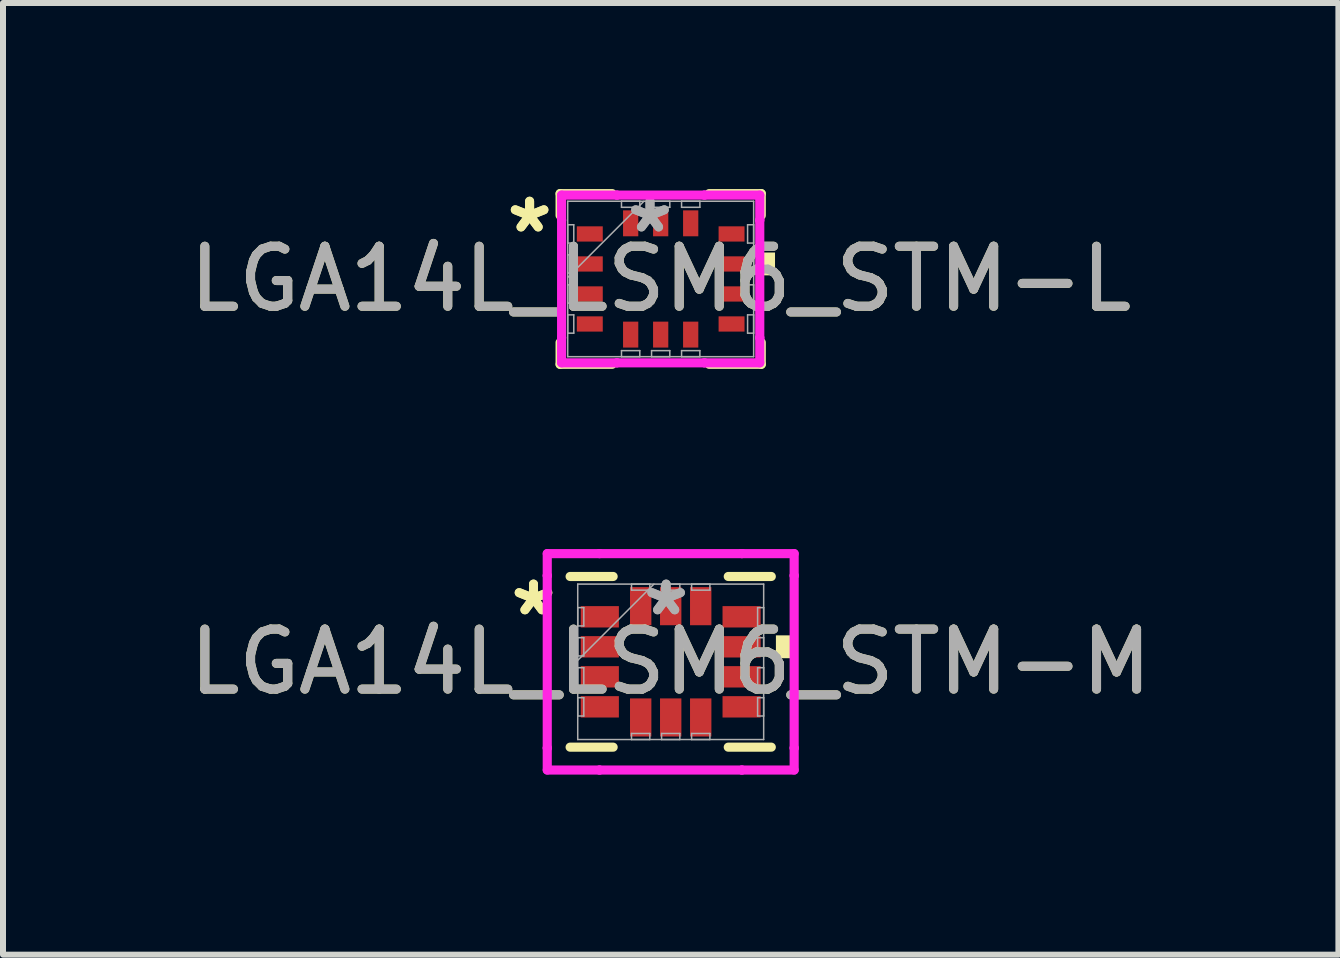
<source format=kicad_pcb>
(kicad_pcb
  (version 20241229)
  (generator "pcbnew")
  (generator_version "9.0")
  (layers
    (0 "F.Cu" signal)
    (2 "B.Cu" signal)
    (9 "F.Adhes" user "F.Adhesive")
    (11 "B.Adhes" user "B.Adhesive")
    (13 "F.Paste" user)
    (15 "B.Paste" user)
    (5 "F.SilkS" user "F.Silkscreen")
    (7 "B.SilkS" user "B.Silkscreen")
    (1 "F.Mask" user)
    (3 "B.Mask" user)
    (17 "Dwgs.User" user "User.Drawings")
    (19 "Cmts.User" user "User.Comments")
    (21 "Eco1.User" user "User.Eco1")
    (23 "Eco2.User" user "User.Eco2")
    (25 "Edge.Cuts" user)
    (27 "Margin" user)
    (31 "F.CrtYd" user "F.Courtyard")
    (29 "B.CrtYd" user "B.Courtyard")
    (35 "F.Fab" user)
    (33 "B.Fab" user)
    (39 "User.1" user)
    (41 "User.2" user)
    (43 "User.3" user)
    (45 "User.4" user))
  (footprint "LGA14L_LSM6_STM-M"
    (layer "F.Cu")
    (at 8.125 7.977)
    (property "Reference" "LGA14L_LSM6_STM-M" (at 0 0 0) (unlocked yes) (layer "F.SilkS") (effects (font (size 1 1) (thickness 0.15))))
    (attr smd)
    (fp_line (start -1.676 1.422) (end -0.959 1.422) (stroke (width 0.152) (type solid)) (layer "F.SilkS"))
    (fp_line (start -0.959 -1.422) (end -1.676 -1.422) (stroke (width 0.152) (type solid)) (layer "F.SilkS"))
    (fp_line (start 0.959 1.422) (end 1.676 1.422) (stroke (width 0.152) (type solid)) (layer "F.SilkS"))
    (fp_line (start 1.676 -1.422) (end 0.959 -1.422) (stroke (width 0.152) (type solid)) (layer "F.SilkS"))
    (fp_poly (pts (xy 2.007 -0.441) (xy 2.007 -0.06) (xy 1.753 -0.06) (xy 1.753 -0.441)) (stroke (width 0) (type solid)) (fill yes) (layer "F.SilkS"))
    (fp_line (start -2.057 -1.803) (end -1.186 -1.803) (stroke (width 0.152) (type solid)) (layer "F.CrtYd"))
    (fp_line (start -2.057 -1.436) (end -2.057 -1.803) (stroke (width 0.152) (type solid)) (layer "F.CrtYd"))
    (fp_line (start -2.057 -1.436) (end -2.057 -1.436) (stroke (width 0.152) (type solid)) (layer "F.CrtYd"))
    (fp_line (start -2.057 1.436) (end -2.057 -1.436) (stroke (width 0.152) (type solid)) (layer "F.CrtYd"))
    (fp_line (start -2.057 1.436) (end -2.057 1.436) (stroke (width 0.152) (type solid)) (layer "F.CrtYd"))
    (fp_line (start -2.057 1.803) (end -2.057 1.436) (stroke (width 0.152) (type solid)) (layer "F.CrtYd"))
    (fp_line (start -1.186 -1.803) (end -1.186 -1.803) (stroke (width 0.152) (type solid)) (layer "F.CrtYd"))
    (fp_line (start -1.186 -1.803) (end 1.186 -1.803) (stroke (width 0.152) (type solid)) (layer "F.CrtYd"))
    (fp_line (start -1.186 1.803) (end -2.057 1.803) (stroke (width 0.152) (type solid)) (layer "F.CrtYd"))
    (fp_line (start -1.186 1.803) (end -1.186 1.803) (stroke (width 0.152) (type solid)) (layer "F.CrtYd"))
    (fp_line (start 1.186 -1.803) (end 1.186 -1.803) (stroke (width 0.152) (type solid)) (layer "F.CrtYd"))
    (fp_line (start 1.186 -1.803) (end 2.057 -1.803) (stroke (width 0.152) (type solid)) (layer "F.CrtYd"))
    (fp_line (start 1.186 1.803) (end -1.186 1.803) (stroke (width 0.152) (type solid)) (layer "F.CrtYd"))
    (fp_line (start 1.186 1.803) (end 1.186 1.803) (stroke (width 0.152) (type solid)) (layer "F.CrtYd"))
    (fp_line (start 2.057 -1.803) (end 2.057 -1.436) (stroke (width 0.152) (type solid)) (layer "F.CrtYd"))
    (fp_line (start 2.057 -1.436) (end 2.057 -1.436) (stroke (width 0.152) (type solid)) (layer "F.CrtYd"))
    (fp_line (start 2.057 -1.436) (end 2.057 1.436) (stroke (width 0.152) (type solid)) (layer "F.CrtYd"))
    (fp_line (start 2.057 1.436) (end 2.057 1.436) (stroke (width 0.152) (type solid)) (layer "F.CrtYd"))
    (fp_line (start 2.057 1.436) (end 2.057 1.803) (stroke (width 0.152) (type solid)) (layer "F.CrtYd"))
    (fp_line (start 2.057 1.803) (end 1.186 1.803) (stroke (width 0.152) (type solid)) (layer "F.CrtYd"))
    (fp_line (start -1.549 -1.295) (end -1.549 1.295) (stroke (width 0.025) (type solid)) (layer "F.Fab"))
    (fp_line (start -1.549 -0.903) (end -1.448 -0.903) (stroke (width 0.025) (type solid)) (layer "F.Fab"))
    (fp_line (start -1.549 -0.598) (end -1.549 -0.903) (stroke (width 0.025) (type solid)) (layer "F.Fab"))
    (fp_line (start -1.549 -0.402) (end -1.448 -0.402) (stroke (width 0.025) (type solid)) (layer "F.Fab"))
    (fp_line (start -1.549 -0.098) (end -1.549 -0.402) (stroke (width 0.025) (type solid)) (layer "F.Fab"))
    (fp_line (start -1.549 -0.025) (end -0.279 -1.295) (stroke (width 0.025) (type solid)) (layer "F.Fab"))
    (fp_line (start -1.549 0.098) (end -1.448 0.098) (stroke (width 0.025) (type solid)) (layer "F.Fab"))
    (fp_line (start -1.549 0.402) (end -1.549 0.098) (stroke (width 0.025) (type solid)) (layer "F.Fab"))
    (fp_line (start -1.549 0.598) (end -1.448 0.598) (stroke (width 0.025) (type solid)) (layer "F.Fab"))
    (fp_line (start -1.549 0.903) (end -1.549 0.598) (stroke (width 0.025) (type solid)) (layer "F.Fab"))
    (fp_line (start -1.549 1.295) (end 1.549 1.295) (stroke (width 0.025) (type solid)) (layer "F.Fab"))
    (fp_line (start -1.448 -0.903) (end -1.448 -0.598) (stroke (width 0.025) (type solid)) (layer "F.Fab"))
    (fp_line (start -1.448 -0.598) (end -1.549 -0.598) (stroke (width 0.025) (type solid)) (layer "F.Fab"))
    (fp_line (start -1.448 -0.402) (end -1.448 -0.098) (stroke (width 0.025) (type solid)) (layer "F.Fab"))
    (fp_line (start -1.448 -0.098) (end -1.549 -0.098) (stroke (width 0.025) (type solid)) (layer "F.Fab"))
    (fp_line (start -1.448 0.098) (end -1.448 0.402) (stroke (width 0.025) (type solid)) (layer "F.Fab"))
    (fp_line (start -1.448 0.402) (end -1.549 0.402) (stroke (width 0.025) (type solid)) (layer "F.Fab"))
    (fp_line (start -1.448 0.598) (end -1.448 0.903) (stroke (width 0.025) (type solid)) (layer "F.Fab"))
    (fp_line (start -1.448 0.903) (end -1.549 0.903) (stroke (width 0.025) (type solid)) (layer "F.Fab"))
    (fp_line (start -0.653 -1.295) (end -0.348 -1.295) (stroke (width 0.025) (type solid)) (layer "F.Fab"))
    (fp_line (start -0.653 -1.194) (end -0.653 -1.295) (stroke (width 0.025) (type solid)) (layer "F.Fab"))
    (fp_line (start -0.653 1.194) (end -0.348 1.194) (stroke (width 0.025) (type solid)) (layer "F.Fab"))
    (fp_line (start -0.653 1.295) (end -0.653 1.194) (stroke (width 0.025) (type solid)) (layer "F.Fab"))
    (fp_line (start -0.348 -1.295) (end -0.348 -1.194) (stroke (width 0.025) (type solid)) (layer "F.Fab"))
    (fp_line (start -0.348 -1.194) (end -0.653 -1.194) (stroke (width 0.025) (type solid)) (layer "F.Fab"))
    (fp_line (start -0.348 1.194) (end -0.348 1.295) (stroke (width 0.025) (type solid)) (layer "F.Fab"))
    (fp_line (start -0.348 1.295) (end -0.653 1.295) (stroke (width 0.025) (type solid)) (layer "F.Fab"))
    (fp_line (start -0.152 -1.295) (end 0.152 -1.295) (stroke (width 0.025) (type solid)) (layer "F.Fab"))
    (fp_line (start -0.152 -1.194) (end -0.152 -1.295) (stroke (width 0.025) (type solid)) (layer "F.Fab"))
    (fp_line (start -0.152 1.194) (end 0.152 1.194) (stroke (width 0.025) (type solid)) (layer "F.Fab"))
    (fp_line (start -0.152 1.295) (end -0.152 1.194) (stroke (width 0.025) (type solid)) (layer "F.Fab"))
    (fp_line (start 0.152 -1.295) (end 0.152 -1.194) (stroke (width 0.025) (type solid)) (layer "F.Fab"))
    (fp_line (start 0.152 -1.194) (end -0.152 -1.194) (stroke (width 0.025) (type solid)) (layer "F.Fab"))
    (fp_line (start 0.152 1.194) (end 0.152 1.295) (stroke (width 0.025) (type solid)) (layer "F.Fab"))
    (fp_line (start 0.152 1.295) (end -0.152 1.295) (stroke (width 0.025) (type solid)) (layer "F.Fab"))
    (fp_line (start 0.348 -1.295) (end 0.653 -1.295) (stroke (width 0.025) (type solid)) (layer "F.Fab"))
    (fp_line (start 0.348 -1.194) (end 0.348 -1.295) (stroke (width 0.025) (type solid)) (layer "F.Fab"))
    (fp_line (start 0.348 1.194) (end 0.653 1.194) (stroke (width 0.025) (type solid)) (layer "F.Fab"))
    (fp_line (start 0.348 1.295) (end 0.348 1.194) (stroke (width 0.025) (type solid)) (layer "F.Fab"))
    (fp_line (start 0.653 -1.295) (end 0.653 -1.194) (stroke (width 0.025) (type solid)) (layer "F.Fab"))
    (fp_line (start 0.653 -1.194) (end 0.348 -1.194) (stroke (width 0.025) (type solid)) (layer "F.Fab"))
    (fp_line (start 0.653 1.194) (end 0.653 1.295) (stroke (width 0.025) (type solid)) (layer "F.Fab"))
    (fp_line (start 0.653 1.295) (end 0.348 1.295) (stroke (width 0.025) (type solid)) (layer "F.Fab"))
    (fp_line (start 1.448 -0.903) (end 1.549 -0.903) (stroke (width 0.025) (type solid)) (layer "F.Fab"))
    (fp_line (start 1.448 -0.598) (end 1.448 -0.903) (stroke (width 0.025) (type solid)) (layer "F.Fab"))
    (fp_line (start 1.448 -0.402) (end 1.549 -0.402) (stroke (width 0.025) (type solid)) (layer "F.Fab"))
    (fp_line (start 1.448 -0.098) (end 1.448 -0.402) (stroke (width 0.025) (type solid)) (layer "F.Fab"))
    (fp_line (start 1.448 0.098) (end 1.549 0.098) (stroke (width 0.025) (type solid)) (layer "F.Fab"))
    (fp_line (start 1.448 0.402) (end 1.448 0.098) (stroke (width 0.025) (type solid)) (layer "F.Fab"))
    (fp_line (start 1.448 0.598) (end 1.549 0.598) (stroke (width 0.025) (type solid)) (layer "F.Fab"))
    (fp_line (start 1.448 0.903) (end 1.448 0.598) (stroke (width 0.025) (type solid)) (layer "F.Fab"))
    (fp_line (start 1.549 -1.295) (end -1.549 -1.295) (stroke (width 0.025) (type solid)) (layer "F.Fab"))
    (fp_line (start 1.549 -0.903) (end 1.549 -0.598) (stroke (width 0.025) (type solid)) (layer "F.Fab"))
    (fp_line (start 1.549 -0.598) (end 1.448 -0.598) (stroke (width 0.025) (type solid)) (layer "F.Fab"))
    (fp_line (start 1.549 -0.402) (end 1.549 -0.098) (stroke (width 0.025) (type solid)) (layer "F.Fab"))
    (fp_line (start 1.549 -0.098) (end 1.448 -0.098) (stroke (width 0.025) (type solid)) (layer "F.Fab"))
    (fp_line (start 1.549 0.098) (end 1.549 0.402) (stroke (width 0.025) (type solid)) (layer "F.Fab"))
    (fp_line (start 1.549 0.402) (end 1.448 0.402) (stroke (width 0.025) (type solid)) (layer "F.Fab"))
    (fp_line (start 1.549 0.598) (end 1.549 0.903) (stroke (width 0.025) (type solid)) (layer "F.Fab"))
    (fp_line (start 1.549 0.903) (end 1.448 0.903) (stroke (width 0.025) (type solid)) (layer "F.Fab"))
    (fp_line (start 1.549 1.295) (end 1.549 -1.295) (stroke (width 0.025) (type solid)) (layer "F.Fab"))
    (fp_text user "*" (at -2.286 -0.75 0) (layer "F.SilkS") (effects (font (size 1 1) (thickness 0.15))))
    (fp_text user "*" (at -2.286 -0.75 0) (unlocked yes) (layer "F.SilkS") (effects (font (size 1 1) (thickness 0.15))))
    (fp_text user "${REFERENCE}" (at 0 0 0) (unlocked yes) (layer "F.Fab") (effects (font (size 1 1) (thickness 0.15))))
    (fp_text user "*" (at -0.076 -0.75 0) (layer "F.Fab") (effects (font (size 1 1) (thickness 0.15))))
    (fp_text user "*" (at -0.076 -0.75 0) (unlocked yes) (layer "F.Fab") (effects (font (size 1 1) (thickness 0.15))))
    (pad "1" smd rect (at -1.181 -0.75 90) (size 0.356 0.635) (layers "F.Cu" "F.Mask" "F.Paste"))
    (pad "2" smd rect (at -1.181 -0.25 90) (size 0.356 0.635) (layers "F.Cu" "F.Mask" "F.Paste"))
    (pad "3" smd rect (at -1.181 0.25 90) (size 0.356 0.635) (layers "F.Cu" "F.Mask" "F.Paste"))
    (pad "4" smd rect (at -1.181 0.75 90) (size 0.356 0.635) (layers "F.Cu" "F.Mask" "F.Paste"))
    (pad "5" smd rect (at -0.5 0.927) (size 0.356 0.635) (layers "F.Cu" "F.Mask" "F.Paste"))
    (pad "6" smd rect (at 0 0.927) (size 0.356 0.635) (layers "F.Cu" "F.Mask" "F.Paste"))
    (pad "7" smd rect (at 0.5 0.927) (size 0.356 0.635) (layers "F.Cu" "F.Mask" "F.Paste"))
    (pad "8" smd rect (at 1.181 0.75 90) (size 0.356 0.635) (layers "F.Cu" "F.Mask" "F.Paste"))
    (pad "9" smd rect (at 1.181 0.25 90) (size 0.356 0.635) (layers "F.Cu" "F.Mask" "F.Paste"))
    (pad "10" smd rect (at 1.181 -0.25 90) (size 0.356 0.635) (layers "F.Cu" "F.Mask" "F.Paste"))
    (pad "11" smd rect (at 1.181 -0.75 90) (size 0.356 0.635) (layers "F.Cu" "F.Mask" "F.Paste"))
    (pad "12" smd rect (at 0.5 -0.927) (size 0.356 0.635) (layers "F.Cu" "F.Mask" "F.Paste"))
    (pad "13" smd rect (at 0 -0.927) (size 0.356 0.635) (layers "F.Cu" "F.Mask" "F.Paste"))
    (pad "14" smd rect (at -0.5 -0.927) (size 0.356 0.635) (layers "F.Cu" "F.Mask" "F.Paste")))
  (footprint "LGA14L_LSM6_STM-L"
    (layer "F.Cu")
    (at 7.958 1.598)
    (property "Reference" "LGA14L_LSM6_STM-L" (at 0 0 0) (unlocked yes) (layer "F.SilkS") (effects (font (size 1 1) (thickness 0.15))))
    (attr smd)
    (fp_line (start -1.676 -1.422) (end -1.676 -1.058) (stroke (width 0.152) (type solid)) (layer "F.SilkS"))
    (fp_line (start -1.676 1.058) (end -1.676 1.422) (stroke (width 0.152) (type solid)) (layer "F.SilkS"))
    (fp_line (start -1.676 1.422) (end -0.808 1.422) (stroke (width 0.152) (type solid)) (layer "F.SilkS"))
    (fp_line (start -0.808 -1.422) (end -1.676 -1.422) (stroke (width 0.152) (type solid)) (layer "F.SilkS"))
    (fp_line (start 0.808 1.422) (end 1.676 1.422) (stroke (width 0.152) (type solid)) (layer "F.SilkS"))
    (fp_line (start 1.676 -1.422) (end 0.808 -1.422) (stroke (width 0.152) (type solid)) (layer "F.SilkS"))
    (fp_line (start 1.676 -1.058) (end 1.676 -1.422) (stroke (width 0.152) (type solid)) (layer "F.SilkS"))
    (fp_line (start 1.676 1.422) (end 1.676 1.058) (stroke (width 0.152) (type solid)) (layer "F.SilkS"))
    (fp_poly (pts (xy 1.905 -0.441) (xy 1.905 -0.06) (xy 1.651 -0.06) (xy 1.651 -0.441)) (stroke (width 0) (type solid)) (fill yes) (layer "F.SilkS"))
    (fp_line (start -1.651 -1.397) (end -0.729 -1.397) (stroke (width 0.152) (type solid)) (layer "F.CrtYd"))
    (fp_line (start -1.651 -0.979) (end -1.651 -1.397) (stroke (width 0.152) (type solid)) (layer "F.CrtYd"))
    (fp_line (start -1.651 -0.979) (end -1.651 -0.979) (stroke (width 0.152) (type solid)) (layer "F.CrtYd"))
    (fp_line (start -1.651 0.979) (end -1.651 -0.979) (stroke (width 0.152) (type solid)) (layer "F.CrtYd"))
    (fp_line (start -1.651 0.979) (end -1.651 0.979) (stroke (width 0.152) (type solid)) (layer "F.CrtYd"))
    (fp_line (start -1.651 1.397) (end -1.651 0.979) (stroke (width 0.152) (type solid)) (layer "F.CrtYd"))
    (fp_line (start -0.729 -1.397) (end -0.729 -1.397) (stroke (width 0.152) (type solid)) (layer "F.CrtYd"))
    (fp_line (start -0.729 -1.397) (end 0.729 -1.397) (stroke (width 0.152) (type solid)) (layer "F.CrtYd"))
    (fp_line (start -0.729 1.397) (end -1.651 1.397) (stroke (width 0.152) (type solid)) (layer "F.CrtYd"))
    (fp_line (start -0.729 1.397) (end -0.729 1.397) (stroke (width 0.152) (type solid)) (layer "F.CrtYd"))
    (fp_line (start 0.729 -1.397) (end 0.729 -1.397) (stroke (width 0.152) (type solid)) (layer "F.CrtYd"))
    (fp_line (start 0.729 -1.397) (end 1.651 -1.397) (stroke (width 0.152) (type solid)) (layer "F.CrtYd"))
    (fp_line (start 0.729 1.397) (end -0.729 1.397) (stroke (width 0.152) (type solid)) (layer "F.CrtYd"))
    (fp_line (start 0.729 1.397) (end 0.729 1.397) (stroke (width 0.152) (type solid)) (layer "F.CrtYd"))
    (fp_line (start 1.651 -1.397) (end 1.651 -0.979) (stroke (width 0.152) (type solid)) (layer "F.CrtYd"))
    (fp_line (start 1.651 -0.979) (end 1.651 -0.979) (stroke (width 0.152) (type solid)) (layer "F.CrtYd"))
    (fp_line (start 1.651 -0.979) (end 1.651 0.979) (stroke (width 0.152) (type solid)) (layer "F.CrtYd"))
    (fp_line (start 1.651 0.979) (end 1.651 0.979) (stroke (width 0.152) (type solid)) (layer "F.CrtYd"))
    (fp_line (start 1.651 0.979) (end 1.651 1.397) (stroke (width 0.152) (type solid)) (layer "F.CrtYd"))
    (fp_line (start 1.651 1.397) (end 0.729 1.397) (stroke (width 0.152) (type solid)) (layer "F.CrtYd"))
    (fp_line (start -1.549 -1.295) (end -1.549 1.295) (stroke (width 0.025) (type solid)) (layer "F.Fab"))
    (fp_line (start -1.549 -0.903) (end -1.448 -0.903) (stroke (width 0.025) (type solid)) (layer "F.Fab"))
    (fp_line (start -1.549 -0.598) (end -1.549 -0.903) (stroke (width 0.025) (type solid)) (layer "F.Fab"))
    (fp_line (start -1.549 -0.402) (end -1.448 -0.402) (stroke (width 0.025) (type solid)) (layer "F.Fab"))
    (fp_line (start -1.549 -0.098) (end -1.549 -0.402) (stroke (width 0.025) (type solid)) (layer "F.Fab"))
    (fp_line (start -1.549 -0.025) (end -0.279 -1.295) (stroke (width 0.025) (type solid)) (layer "F.Fab"))
    (fp_line (start -1.549 0.098) (end -1.448 0.098) (stroke (width 0.025) (type solid)) (layer "F.Fab"))
    (fp_line (start -1.549 0.402) (end -1.549 0.098) (stroke (width 0.025) (type solid)) (layer "F.Fab"))
    (fp_line (start -1.549 0.598) (end -1.448 0.598) (stroke (width 0.025) (type solid)) (layer "F.Fab"))
    (fp_line (start -1.549 0.903) (end -1.549 0.598) (stroke (width 0.025) (type solid)) (layer "F.Fab"))
    (fp_line (start -1.549 1.295) (end 1.549 1.295) (stroke (width 0.025) (type solid)) (layer "F.Fab"))
    (fp_line (start -1.448 -0.903) (end -1.448 -0.598) (stroke (width 0.025) (type solid)) (layer "F.Fab"))
    (fp_line (start -1.448 -0.598) (end -1.549 -0.598) (stroke (width 0.025) (type solid)) (layer "F.Fab"))
    (fp_line (start -1.448 -0.402) (end -1.448 -0.098) (stroke (width 0.025) (type solid)) (layer "F.Fab"))
    (fp_line (start -1.448 -0.098) (end -1.549 -0.098) (stroke (width 0.025) (type solid)) (layer "F.Fab"))
    (fp_line (start -1.448 0.098) (end -1.448 0.402) (stroke (width 0.025) (type solid)) (layer "F.Fab"))
    (fp_line (start -1.448 0.402) (end -1.549 0.402) (stroke (width 0.025) (type solid)) (layer "F.Fab"))
    (fp_line (start -1.448 0.598) (end -1.448 0.903) (stroke (width 0.025) (type solid)) (layer "F.Fab"))
    (fp_line (start -1.448 0.903) (end -1.549 0.903) (stroke (width 0.025) (type solid)) (layer "F.Fab"))
    (fp_line (start -0.653 -1.295) (end -0.348 -1.295) (stroke (width 0.025) (type solid)) (layer "F.Fab"))
    (fp_line (start -0.653 -1.194) (end -0.653 -1.295) (stroke (width 0.025) (type solid)) (layer "F.Fab"))
    (fp_line (start -0.653 1.194) (end -0.348 1.194) (stroke (width 0.025) (type solid)) (layer "F.Fab"))
    (fp_line (start -0.653 1.295) (end -0.653 1.194) (stroke (width 0.025) (type solid)) (layer "F.Fab"))
    (fp_line (start -0.348 -1.295) (end -0.348 -1.194) (stroke (width 0.025) (type solid)) (layer "F.Fab"))
    (fp_line (start -0.348 -1.194) (end -0.653 -1.194) (stroke (width 0.025) (type solid)) (layer "F.Fab"))
    (fp_line (start -0.348 1.194) (end -0.348 1.295) (stroke (width 0.025) (type solid)) (layer "F.Fab"))
    (fp_line (start -0.348 1.295) (end -0.653 1.295) (stroke (width 0.025) (type solid)) (layer "F.Fab"))
    (fp_line (start -0.152 -1.295) (end 0.152 -1.295) (stroke (width 0.025) (type solid)) (layer "F.Fab"))
    (fp_line (start -0.152 -1.194) (end -0.152 -1.295) (stroke (width 0.025) (type solid)) (layer "F.Fab"))
    (fp_line (start -0.152 1.194) (end 0.152 1.194) (stroke (width 0.025) (type solid)) (layer "F.Fab"))
    (fp_line (start -0.152 1.295) (end -0.152 1.194) (stroke (width 0.025) (type solid)) (layer "F.Fab"))
    (fp_line (start 0.152 -1.295) (end 0.152 -1.194) (stroke (width 0.025) (type solid)) (layer "F.Fab"))
    (fp_line (start 0.152 -1.194) (end -0.152 -1.194) (stroke (width 0.025) (type solid)) (layer "F.Fab"))
    (fp_line (start 0.152 1.194) (end 0.152 1.295) (stroke (width 0.025) (type solid)) (layer "F.Fab"))
    (fp_line (start 0.152 1.295) (end -0.152 1.295) (stroke (width 0.025) (type solid)) (layer "F.Fab"))
    (fp_line (start 0.348 -1.295) (end 0.653 -1.295) (stroke (width 0.025) (type solid)) (layer "F.Fab"))
    (fp_line (start 0.348 -1.194) (end 0.348 -1.295) (stroke (width 0.025) (type solid)) (layer "F.Fab"))
    (fp_line (start 0.348 1.194) (end 0.653 1.194) (stroke (width 0.025) (type solid)) (layer "F.Fab"))
    (fp_line (start 0.348 1.295) (end 0.348 1.194) (stroke (width 0.025) (type solid)) (layer "F.Fab"))
    (fp_line (start 0.653 -1.295) (end 0.653 -1.194) (stroke (width 0.025) (type solid)) (layer "F.Fab"))
    (fp_line (start 0.653 -1.194) (end 0.348 -1.194) (stroke (width 0.025) (type solid)) (layer "F.Fab"))
    (fp_line (start 0.653 1.194) (end 0.653 1.295) (stroke (width 0.025) (type solid)) (layer "F.Fab"))
    (fp_line (start 0.653 1.295) (end 0.348 1.295) (stroke (width 0.025) (type solid)) (layer "F.Fab"))
    (fp_line (start 1.448 -0.903) (end 1.549 -0.903) (stroke (width 0.025) (type solid)) (layer "F.Fab"))
    (fp_line (start 1.448 -0.598) (end 1.448 -0.903) (stroke (width 0.025) (type solid)) (layer "F.Fab"))
    (fp_line (start 1.448 -0.402) (end 1.549 -0.402) (stroke (width 0.025) (type solid)) (layer "F.Fab"))
    (fp_line (start 1.448 -0.098) (end 1.448 -0.402) (stroke (width 0.025) (type solid)) (layer "F.Fab"))
    (fp_line (start 1.448 0.098) (end 1.549 0.098) (stroke (width 0.025) (type solid)) (layer "F.Fab"))
    (fp_line (start 1.448 0.402) (end 1.448 0.098) (stroke (width 0.025) (type solid)) (layer "F.Fab"))
    (fp_line (start 1.448 0.598) (end 1.549 0.598) (stroke (width 0.025) (type solid)) (layer "F.Fab"))
    (fp_line (start 1.448 0.903) (end 1.448 0.598) (stroke (width 0.025) (type solid)) (layer "F.Fab"))
    (fp_line (start 1.549 -1.295) (end -1.549 -1.295) (stroke (width 0.025) (type solid)) (layer "F.Fab"))
    (fp_line (start 1.549 -0.903) (end 1.549 -0.598) (stroke (width 0.025) (type solid)) (layer "F.Fab"))
    (fp_line (start 1.549 -0.598) (end 1.448 -0.598) (stroke (width 0.025) (type solid)) (layer "F.Fab"))
    (fp_line (start 1.549 -0.402) (end 1.549 -0.098) (stroke (width 0.025) (type solid)) (layer "F.Fab"))
    (fp_line (start 1.549 -0.098) (end 1.448 -0.098) (stroke (width 0.025) (type solid)) (layer "F.Fab"))
    (fp_line (start 1.549 0.098) (end 1.549 0.402) (stroke (width 0.025) (type solid)) (layer "F.Fab"))
    (fp_line (start 1.549 0.402) (end 1.448 0.402) (stroke (width 0.025) (type solid)) (layer "F.Fab"))
    (fp_line (start 1.549 0.598) (end 1.549 0.903) (stroke (width 0.025) (type solid)) (layer "F.Fab"))
    (fp_line (start 1.549 0.903) (end 1.448 0.903) (stroke (width 0.025) (type solid)) (layer "F.Fab"))
    (fp_line (start 1.549 1.295) (end 1.549 -1.295) (stroke (width 0.025) (type solid)) (layer "F.Fab"))
    (fp_text user "*" (at -2.184 -0.75 0) (unlocked yes) (layer "F.SilkS") (effects (font (size 1 1) (thickness 0.15))))
    (fp_text user "*" (at -2.184 -0.75 0) (layer "F.SilkS") (effects (font (size 1 1) (thickness 0.15))))
    (fp_text user "${REFERENCE}" (at 0 0 0) (unlocked yes) (layer "F.Fab") (effects (font (size 1 1) (thickness 0.15))))
    (fp_text user "*" (at -0.178 -0.75 0) (unlocked yes) (layer "F.Fab") (effects (font (size 1 1) (thickness 0.15))))
    (fp_text user "*" (at -0.178 -0.75 0) (layer "F.Fab") (effects (font (size 1 1) (thickness 0.15))))
    (pad "1" smd rect (at -1.181 -0.75 90) (size 0.254 0.432) (layers "F.Cu" "F.Mask" "F.Paste"))
    (pad "2" smd rect (at -1.181 -0.25 90) (size 0.254 0.432) (layers "F.Cu" "F.Mask" "F.Paste"))
    (pad "3" smd rect (at -1.181 0.25 90) (size 0.254 0.432) (layers "F.Cu" "F.Mask" "F.Paste"))
    (pad "4" smd rect (at -1.181 0.75 90) (size 0.254 0.432) (layers "F.Cu" "F.Mask" "F.Paste"))
    (pad "5" smd rect (at -0.5 0.927) (size 0.254 0.432) (layers "F.Cu" "F.Mask" "F.Paste"))
    (pad "6" smd rect (at 0 0.927) (size 0.254 0.432) (layers "F.Cu" "F.Mask" "F.Paste"))
    (pad "7" smd rect (at 0.5 0.927) (size 0.254 0.432) (layers "F.Cu" "F.Mask" "F.Paste"))
    (pad "8" smd rect (at 1.181 0.75 90) (size 0.254 0.432) (layers "F.Cu" "F.Mask" "F.Paste"))
    (pad "9" smd rect (at 1.181 0.25 90) (size 0.254 0.432) (layers "F.Cu" "F.Mask" "F.Paste"))
    (pad "10" smd rect (at 1.181 -0.25 90) (size 0.254 0.432) (layers "F.Cu" "F.Mask" "F.Paste"))
    (pad "11" smd rect (at 1.181 -0.75 90) (size 0.254 0.432) (layers "F.Cu" "F.Mask" "F.Paste"))
    (pad "12" smd rect (at 0.5 -0.927) (size 0.254 0.432) (layers "F.Cu" "F.Mask" "F.Paste"))
    (pad "13" smd rect (at 0 -0.927) (size 0.254 0.432) (layers "F.Cu" "F.Mask" "F.Paste"))
    (pad "14" smd rect (at -0.5 -0.927) (size 0.254 0.432) (layers "F.Cu" "F.Mask" "F.Paste")))
  (gr_rect
    (start -3 -3)
    (end 19.25 12.856)
    (stroke (width 0.1) (type default))
    (fill no)
    (layer "Edge.Cuts")))
</source>
